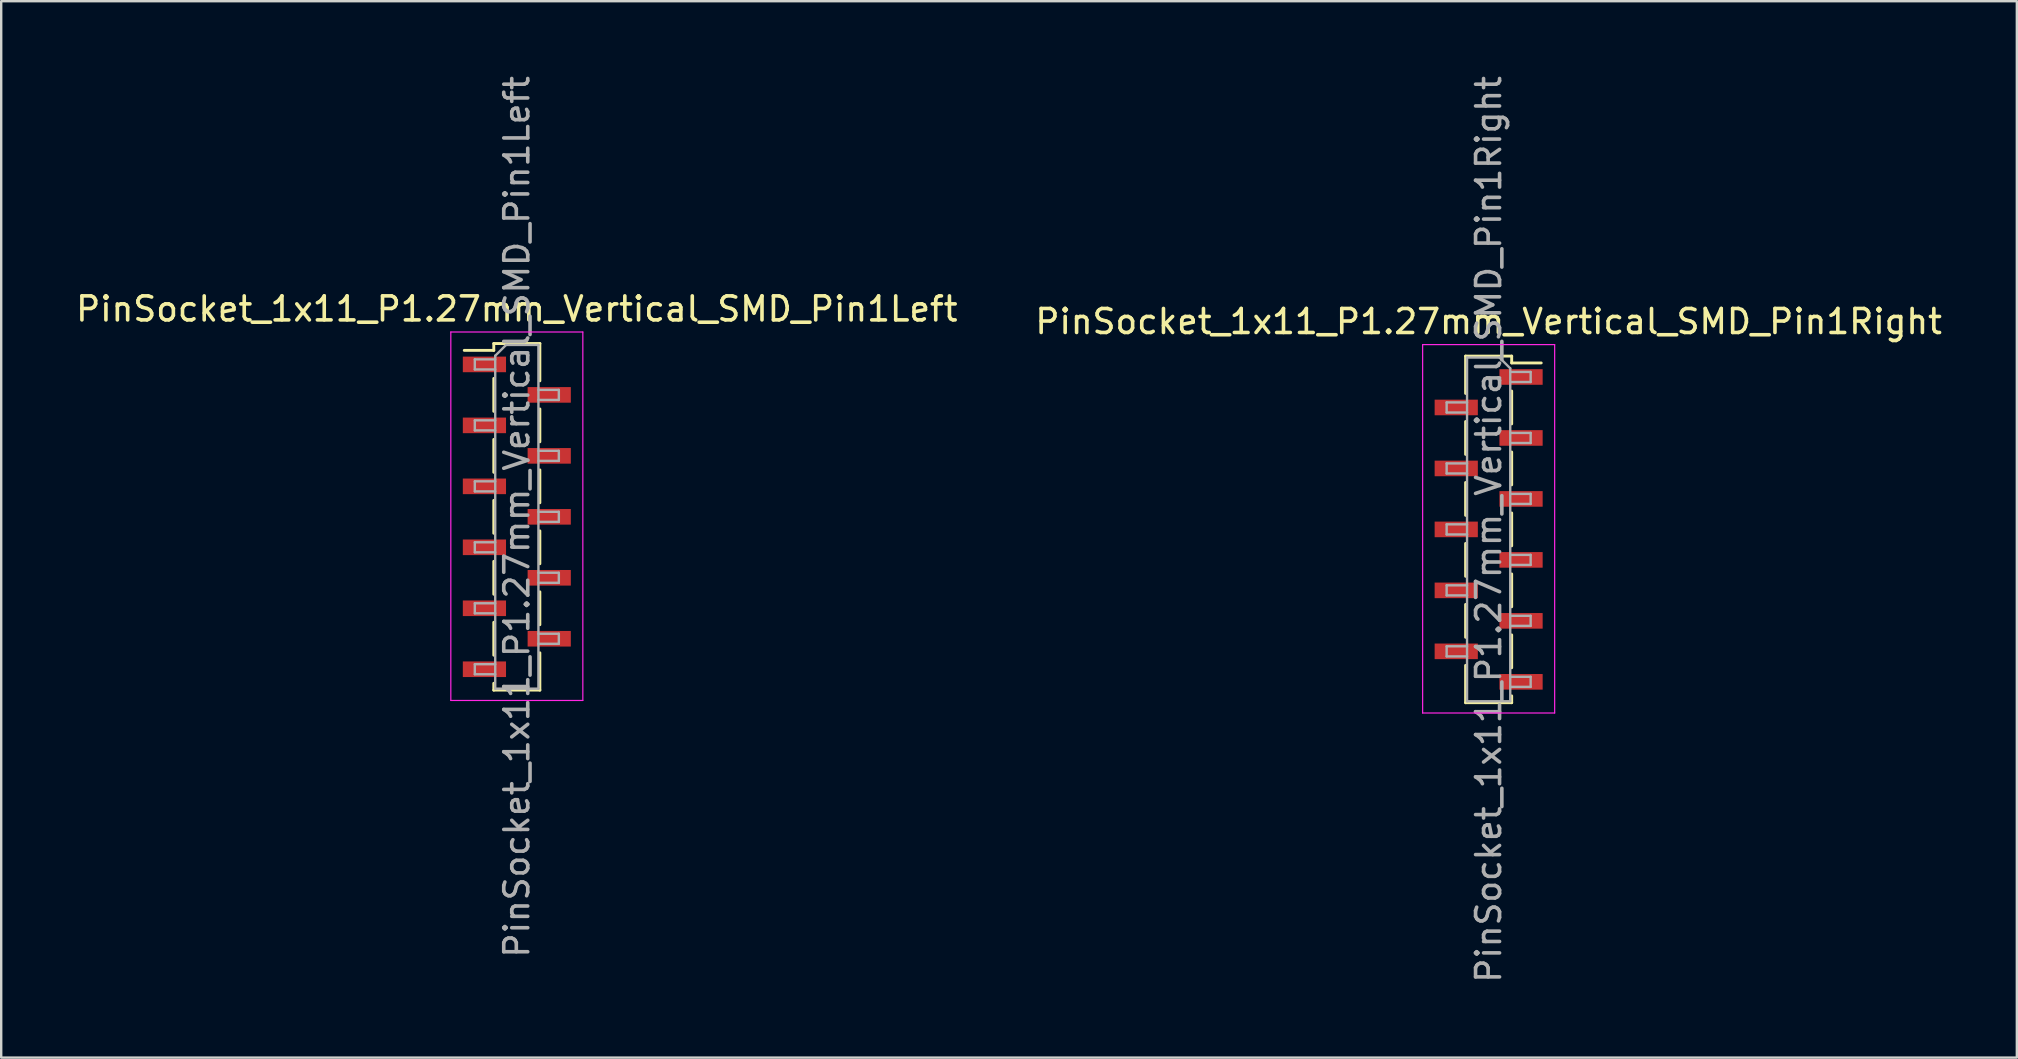
<source format=kicad_pcb>
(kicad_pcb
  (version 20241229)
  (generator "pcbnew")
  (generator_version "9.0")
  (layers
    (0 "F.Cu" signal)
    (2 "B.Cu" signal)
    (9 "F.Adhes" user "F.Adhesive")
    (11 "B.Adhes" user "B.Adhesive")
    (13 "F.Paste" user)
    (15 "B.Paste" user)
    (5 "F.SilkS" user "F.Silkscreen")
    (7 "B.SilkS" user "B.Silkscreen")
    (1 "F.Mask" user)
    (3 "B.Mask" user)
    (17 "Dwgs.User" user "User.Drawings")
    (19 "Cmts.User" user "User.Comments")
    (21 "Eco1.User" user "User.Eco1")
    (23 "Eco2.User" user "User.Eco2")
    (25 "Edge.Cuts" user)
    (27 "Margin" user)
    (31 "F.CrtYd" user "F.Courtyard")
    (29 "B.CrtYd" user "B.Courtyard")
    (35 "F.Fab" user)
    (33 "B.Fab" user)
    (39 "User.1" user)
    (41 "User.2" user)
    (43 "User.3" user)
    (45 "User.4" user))
  (footprint "PinSocket_1x11_P1.27mm_Vertical_SMD_Pin1Left"
    (layer "F.Cu")
    (at 18.482 18.482)
    (property "Reference" "PinSocket_1x11_P1.27mm_Vertical_SMD_Pin1Left" (at 0 -8.66 0) (layer "F.SilkS") (effects (font (size 1 1) (thickness 0.15))))
    (attr smd)
    (fp_line (start -2.19 -6.935) (end -0.96 -6.935) (stroke (width 0.12) (type solid)) (layer "F.SilkS"))
    (fp_line (start -0.96 -7.22) (end -0.96 -6.935) (stroke (width 0.12) (type solid)) (layer "F.SilkS"))
    (fp_line (start -0.96 -7.22) (end 0.96 -7.22) (stroke (width 0.12) (type solid)) (layer "F.SilkS"))
    (fp_line (start -0.96 -5.765) (end -0.96 -4.395) (stroke (width 0.12) (type solid)) (layer "F.SilkS"))
    (fp_line (start -0.96 -3.225) (end -0.96 -1.855) (stroke (width 0.12) (type solid)) (layer "F.SilkS"))
    (fp_line (start -0.96 -0.685) (end -0.96 0.685) (stroke (width 0.12) (type solid)) (layer "F.SilkS"))
    (fp_line (start -0.96 1.855) (end -0.96 3.225) (stroke (width 0.12) (type solid)) (layer "F.SilkS"))
    (fp_line (start -0.96 4.395) (end -0.96 5.765) (stroke (width 0.12) (type solid)) (layer "F.SilkS"))
    (fp_line (start -0.96 6.935) (end -0.96 7.22) (stroke (width 0.12) (type solid)) (layer "F.SilkS"))
    (fp_line (start -0.96 7.22) (end 0.96 7.22) (stroke (width 0.12) (type solid)) (layer "F.SilkS"))
    (fp_line (start 0.96 -7.22) (end 0.96 -5.665) (stroke (width 0.12) (type solid)) (layer "F.SilkS"))
    (fp_line (start 0.96 -4.495) (end 0.96 -3.125) (stroke (width 0.12) (type solid)) (layer "F.SilkS"))
    (fp_line (start 0.96 -1.955) (end 0.96 -0.585) (stroke (width 0.12) (type solid)) (layer "F.SilkS"))
    (fp_line (start 0.96 0.585) (end 0.96 1.955) (stroke (width 0.12) (type solid)) (layer "F.SilkS"))
    (fp_line (start 0.96 3.125) (end 0.96 4.495) (stroke (width 0.12) (type solid)) (layer "F.SilkS"))
    (fp_line (start 0.96 5.665) (end 0.96 7.22) (stroke (width 0.12) (type solid)) (layer "F.SilkS"))
    (fp_line (start -2.75 -7.7) (end 2.75 -7.7) (stroke (width 0.05) (type solid)) (layer "F.CrtYd"))
    (fp_line (start -2.75 7.65) (end -2.75 -7.7) (stroke (width 0.05) (type solid)) (layer "F.CrtYd"))
    (fp_line (start 2.75 -7.7) (end 2.75 7.65) (stroke (width 0.05) (type solid)) (layer "F.CrtYd"))
    (fp_line (start 2.75 7.65) (end -2.75 7.65) (stroke (width 0.05) (type solid)) (layer "F.CrtYd"))
    (fp_line (start -1.75 -6.56) (end -0.9 -6.56) (stroke (width 0.1) (type solid)) (layer "F.Fab"))
    (fp_line (start -1.75 -6.14) (end -1.75 -6.56) (stroke (width 0.1) (type solid)) (layer "F.Fab"))
    (fp_line (start -1.75 -4.02) (end -0.9 -4.02) (stroke (width 0.1) (type solid)) (layer "F.Fab"))
    (fp_line (start -1.75 -3.6) (end -1.75 -4.02) (stroke (width 0.1) (type solid)) (layer "F.Fab"))
    (fp_line (start -1.75 -1.48) (end -0.9 -1.48) (stroke (width 0.1) (type solid)) (layer "F.Fab"))
    (fp_line (start -1.75 -1.06) (end -1.75 -1.48) (stroke (width 0.1) (type solid)) (layer "F.Fab"))
    (fp_line (start -1.75 1.06) (end -0.9 1.06) (stroke (width 0.1) (type solid)) (layer "F.Fab"))
    (fp_line (start -1.75 1.48) (end -1.75 1.06) (stroke (width 0.1) (type solid)) (layer "F.Fab"))
    (fp_line (start -1.75 3.6) (end -0.9 3.6) (stroke (width 0.1) (type solid)) (layer "F.Fab"))
    (fp_line (start -1.75 4.02) (end -1.75 3.6) (stroke (width 0.1) (type solid)) (layer "F.Fab"))
    (fp_line (start -1.75 6.14) (end -0.9 6.14) (stroke (width 0.1) (type solid)) (layer "F.Fab"))
    (fp_line (start -1.75 6.56) (end -1.75 6.14) (stroke (width 0.1) (type solid)) (layer "F.Fab"))
    (fp_line (start -0.9 -6.71) (end -0.45 -7.16) (stroke (width 0.1) (type solid)) (layer "F.Fab"))
    (fp_line (start -0.9 -6.14) (end -1.75 -6.14) (stroke (width 0.1) (type solid)) (layer "F.Fab"))
    (fp_line (start -0.9 -3.6) (end -1.75 -3.6) (stroke (width 0.1) (type solid)) (layer "F.Fab"))
    (fp_line (start -0.9 -1.06) (end -1.75 -1.06) (stroke (width 0.1) (type solid)) (layer "F.Fab"))
    (fp_line (start -0.9 1.48) (end -1.75 1.48) (stroke (width 0.1) (type solid)) (layer "F.Fab"))
    (fp_line (start -0.9 4.02) (end -1.75 4.02) (stroke (width 0.1) (type solid)) (layer "F.Fab"))
    (fp_line (start -0.9 6.56) (end -1.75 6.56) (stroke (width 0.1) (type solid)) (layer "F.Fab"))
    (fp_line (start -0.9 7.16) (end -0.9 -6.71) (stroke (width 0.1) (type solid)) (layer "F.Fab"))
    (fp_line (start -0.45 -7.16) (end 0.9 -7.16) (stroke (width 0.1) (type solid)) (layer "F.Fab"))
    (fp_line (start 0.9 -7.16) (end 0.9 7.16) (stroke (width 0.1) (type solid)) (layer "F.Fab"))
    (fp_line (start 0.9 -5.29) (end 1.75 -5.29) (stroke (width 0.1) (type solid)) (layer "F.Fab"))
    (fp_line (start 0.9 -2.75) (end 1.75 -2.75) (stroke (width 0.1) (type solid)) (layer "F.Fab"))
    (fp_line (start 0.9 -0.21) (end 1.75 -0.21) (stroke (width 0.1) (type solid)) (layer "F.Fab"))
    (fp_line (start 0.9 2.33) (end 1.75 2.33) (stroke (width 0.1) (type solid)) (layer "F.Fab"))
    (fp_line (start 0.9 4.87) (end 1.75 4.87) (stroke (width 0.1) (type solid)) (layer "F.Fab"))
    (fp_line (start 0.9 7.16) (end -0.9 7.16) (stroke (width 0.1) (type solid)) (layer "F.Fab"))
    (fp_line (start 1.75 -5.29) (end 1.75 -4.87) (stroke (width 0.1) (type solid)) (layer "F.Fab"))
    (fp_line (start 1.75 -4.87) (end 0.9 -4.87) (stroke (width 0.1) (type solid)) (layer "F.Fab"))
    (fp_line (start 1.75 -2.75) (end 1.75 -2.33) (stroke (width 0.1) (type solid)) (layer "F.Fab"))
    (fp_line (start 1.75 -2.33) (end 0.9 -2.33) (stroke (width 0.1) (type solid)) (layer "F.Fab"))
    (fp_line (start 1.75 -0.21) (end 1.75 0.21) (stroke (width 0.1) (type solid)) (layer "F.Fab"))
    (fp_line (start 1.75 0.21) (end 0.9 0.21) (stroke (width 0.1) (type solid)) (layer "F.Fab"))
    (fp_line (start 1.75 2.33) (end 1.75 2.75) (stroke (width 0.1) (type solid)) (layer "F.Fab"))
    (fp_line (start 1.75 2.75) (end 0.9 2.75) (stroke (width 0.1) (type solid)) (layer "F.Fab"))
    (fp_line (start 1.75 4.87) (end 1.75 5.29) (stroke (width 0.1) (type solid)) (layer "F.Fab"))
    (fp_line (start 1.75 5.29) (end 0.9 5.29) (stroke (width 0.1) (type solid)) (layer "F.Fab"))
    (fp_text user "${REFERENCE}" (at 0 0 90) (layer "F.Fab") (effects (font (size 1 1) (thickness 0.15))))
    (pad "1" smd rect (at -1.35 -6.35) (size 1.8 0.65) (layers "F.Cu" "F.Mask" "F.Paste"))
    (pad "2" smd rect (at 1.35 -5.08) (size 1.8 0.65) (layers "F.Cu" "F.Mask" "F.Paste"))
    (pad "3" smd rect (at -1.35 -3.81) (size 1.8 0.65) (layers "F.Cu" "F.Mask" "F.Paste"))
    (pad "4" smd rect (at 1.35 -2.54) (size 1.8 0.65) (layers "F.Cu" "F.Mask" "F.Paste"))
    (pad "5" smd rect (at -1.35 -1.27) (size 1.8 0.65) (layers "F.Cu" "F.Mask" "F.Paste"))
    (pad "6" smd rect (at 1.35 0) (size 1.8 0.65) (layers "F.Cu" "F.Mask" "F.Paste"))
    (pad "7" smd rect (at -1.35 1.27) (size 1.8 0.65) (layers "F.Cu" "F.Mask" "F.Paste"))
    (pad "8" smd rect (at 1.35 2.54) (size 1.8 0.65) (layers "F.Cu" "F.Mask" "F.Paste"))
    (pad "9" smd rect (at -1.35 3.81) (size 1.8 0.65) (layers "F.Cu" "F.Mask" "F.Paste"))
    (pad "10" smd rect (at 1.35 5.08) (size 1.8 0.65) (layers "F.Cu" "F.Mask" "F.Paste"))
    (pad "11" smd rect (at -1.35 6.35) (size 1.8 0.65) (layers "F.Cu" "F.Mask" "F.Paste")))
  (footprint "PinSocket_1x11_P1.27mm_Vertical_SMD_Pin1Right"
    (layer "F.Cu")
    (at 58.97 19.006)
    (property "Reference" "PinSocket_1x11_P1.27mm_Vertical_SMD_Pin1Right" (at 0 -8.66 0) (layer "F.SilkS") (effects (font (size 1 1) (thickness 0.15))))
    (attr smd)
    (fp_line (start -0.96 -7.22) (end -0.96 -5.665) (stroke (width 0.12) (type solid)) (layer "F.SilkS"))
    (fp_line (start -0.96 -7.22) (end 0.96 -7.22) (stroke (width 0.12) (type solid)) (layer "F.SilkS"))
    (fp_line (start -0.96 -4.495) (end -0.96 -3.125) (stroke (width 0.12) (type solid)) (layer "F.SilkS"))
    (fp_line (start -0.96 -1.955) (end -0.96 -0.585) (stroke (width 0.12) (type solid)) (layer "F.SilkS"))
    (fp_line (start -0.96 0.585) (end -0.96 1.955) (stroke (width 0.12) (type solid)) (layer "F.SilkS"))
    (fp_line (start -0.96 3.125) (end -0.96 4.495) (stroke (width 0.12) (type solid)) (layer "F.SilkS"))
    (fp_line (start -0.96 5.665) (end -0.96 7.22) (stroke (width 0.12) (type solid)) (layer "F.SilkS"))
    (fp_line (start -0.96 7.22) (end 0.96 7.22) (stroke (width 0.12) (type solid)) (layer "F.SilkS"))
    (fp_line (start 0.96 -7.22) (end 0.96 -6.935) (stroke (width 0.12) (type solid)) (layer "F.SilkS"))
    (fp_line (start 0.96 -6.935) (end 2.19 -6.935) (stroke (width 0.12) (type solid)) (layer "F.SilkS"))
    (fp_line (start 0.96 -5.765) (end 0.96 -4.395) (stroke (width 0.12) (type solid)) (layer "F.SilkS"))
    (fp_line (start 0.96 -3.225) (end 0.96 -1.855) (stroke (width 0.12) (type solid)) (layer "F.SilkS"))
    (fp_line (start 0.96 -0.685) (end 0.96 0.685) (stroke (width 0.12) (type solid)) (layer "F.SilkS"))
    (fp_line (start 0.96 1.855) (end 0.96 3.225) (stroke (width 0.12) (type solid)) (layer "F.SilkS"))
    (fp_line (start 0.96 4.395) (end 0.96 5.765) (stroke (width 0.12) (type solid)) (layer "F.SilkS"))
    (fp_line (start 0.96 6.935) (end 0.96 7.22) (stroke (width 0.12) (type solid)) (layer "F.SilkS"))
    (fp_line (start -2.75 -7.7) (end 2.75 -7.7) (stroke (width 0.05) (type solid)) (layer "F.CrtYd"))
    (fp_line (start -2.75 7.65) (end -2.75 -7.7) (stroke (width 0.05) (type solid)) (layer "F.CrtYd"))
    (fp_line (start 2.75 -7.7) (end 2.75 7.65) (stroke (width 0.05) (type solid)) (layer "F.CrtYd"))
    (fp_line (start 2.75 7.65) (end -2.75 7.65) (stroke (width 0.05) (type solid)) (layer "F.CrtYd"))
    (fp_line (start -1.75 -5.29) (end -0.9 -5.29) (stroke (width 0.1) (type solid)) (layer "F.Fab"))
    (fp_line (start -1.75 -4.87) (end -1.75 -5.29) (stroke (width 0.1) (type solid)) (layer "F.Fab"))
    (fp_line (start -1.75 -2.75) (end -0.9 -2.75) (stroke (width 0.1) (type solid)) (layer "F.Fab"))
    (fp_line (start -1.75 -2.33) (end -1.75 -2.75) (stroke (width 0.1) (type solid)) (layer "F.Fab"))
    (fp_line (start -1.75 -0.21) (end -0.9 -0.21) (stroke (width 0.1) (type solid)) (layer "F.Fab"))
    (fp_line (start -1.75 0.21) (end -1.75 -0.21) (stroke (width 0.1) (type solid)) (layer "F.Fab"))
    (fp_line (start -1.75 2.33) (end -0.9 2.33) (stroke (width 0.1) (type solid)) (layer "F.Fab"))
    (fp_line (start -1.75 2.75) (end -1.75 2.33) (stroke (width 0.1) (type solid)) (layer "F.Fab"))
    (fp_line (start -1.75 4.87) (end -0.9 4.87) (stroke (width 0.1) (type solid)) (layer "F.Fab"))
    (fp_line (start -1.75 5.29) (end -1.75 4.87) (stroke (width 0.1) (type solid)) (layer "F.Fab"))
    (fp_line (start -0.9 -7.16) (end 0.45 -7.16) (stroke (width 0.1) (type solid)) (layer "F.Fab"))
    (fp_line (start -0.9 -4.87) (end -1.75 -4.87) (stroke (width 0.1) (type solid)) (layer "F.Fab"))
    (fp_line (start -0.9 -2.33) (end -1.75 -2.33) (stroke (width 0.1) (type solid)) (layer "F.Fab"))
    (fp_line (start -0.9 0.21) (end -1.75 0.21) (stroke (width 0.1) (type solid)) (layer "F.Fab"))
    (fp_line (start -0.9 2.75) (end -1.75 2.75) (stroke (width 0.1) (type solid)) (layer "F.Fab"))
    (fp_line (start -0.9 5.29) (end -1.75 5.29) (stroke (width 0.1) (type solid)) (layer "F.Fab"))
    (fp_line (start -0.9 7.16) (end -0.9 -7.16) (stroke (width 0.1) (type solid)) (layer "F.Fab"))
    (fp_line (start 0.45 -7.16) (end 0.9 -6.71) (stroke (width 0.1) (type solid)) (layer "F.Fab"))
    (fp_line (start 0.9 -6.71) (end 0.9 7.16) (stroke (width 0.1) (type solid)) (layer "F.Fab"))
    (fp_line (start 0.9 -6.56) (end 1.75 -6.56) (stroke (width 0.1) (type solid)) (layer "F.Fab"))
    (fp_line (start 0.9 -4.02) (end 1.75 -4.02) (stroke (width 0.1) (type solid)) (layer "F.Fab"))
    (fp_line (start 0.9 -1.48) (end 1.75 -1.48) (stroke (width 0.1) (type solid)) (layer "F.Fab"))
    (fp_line (start 0.9 1.06) (end 1.75 1.06) (stroke (width 0.1) (type solid)) (layer "F.Fab"))
    (fp_line (start 0.9 3.6) (end 1.75 3.6) (stroke (width 0.1) (type solid)) (layer "F.Fab"))
    (fp_line (start 0.9 6.14) (end 1.75 6.14) (stroke (width 0.1) (type solid)) (layer "F.Fab"))
    (fp_line (start 0.9 7.16) (end -0.9 7.16) (stroke (width 0.1) (type solid)) (layer "F.Fab"))
    (fp_line (start 1.75 -6.56) (end 1.75 -6.14) (stroke (width 0.1) (type solid)) (layer "F.Fab"))
    (fp_line (start 1.75 -6.14) (end 0.9 -6.14) (stroke (width 0.1) (type solid)) (layer "F.Fab"))
    (fp_line (start 1.75 -4.02) (end 1.75 -3.6) (stroke (width 0.1) (type solid)) (layer "F.Fab"))
    (fp_line (start 1.75 -3.6) (end 0.9 -3.6) (stroke (width 0.1) (type solid)) (layer "F.Fab"))
    (fp_line (start 1.75 -1.48) (end 1.75 -1.06) (stroke (width 0.1) (type solid)) (layer "F.Fab"))
    (fp_line (start 1.75 -1.06) (end 0.9 -1.06) (stroke (width 0.1) (type solid)) (layer "F.Fab"))
    (fp_line (start 1.75 1.06) (end 1.75 1.48) (stroke (width 0.1) (type solid)) (layer "F.Fab"))
    (fp_line (start 1.75 1.48) (end 0.9 1.48) (stroke (width 0.1) (type solid)) (layer "F.Fab"))
    (fp_line (start 1.75 3.6) (end 1.75 4.02) (stroke (width 0.1) (type solid)) (layer "F.Fab"))
    (fp_line (start 1.75 4.02) (end 0.9 4.02) (stroke (width 0.1) (type solid)) (layer "F.Fab"))
    (fp_line (start 1.75 6.14) (end 1.75 6.56) (stroke (width 0.1) (type solid)) (layer "F.Fab"))
    (fp_line (start 1.75 6.56) (end 0.9 6.56) (stroke (width 0.1) (type solid)) (layer "F.Fab"))
    (fp_text user "${REFERENCE}" (at 0 0 90) (layer "F.Fab") (effects (font (size 1 1) (thickness 0.15))))
    (pad "1" smd rect (at 1.35 -6.35) (size 1.8 0.65) (layers "F.Cu" "F.Mask" "F.Paste"))
    (pad "2" smd rect (at -1.35 -5.08) (size 1.8 0.65) (layers "F.Cu" "F.Mask" "F.Paste"))
    (pad "3" smd rect (at 1.35 -3.81) (size 1.8 0.65) (layers "F.Cu" "F.Mask" "F.Paste"))
    (pad "4" smd rect (at -1.35 -2.54) (size 1.8 0.65) (layers "F.Cu" "F.Mask" "F.Paste"))
    (pad "5" smd rect (at 1.35 -1.27) (size 1.8 0.65) (layers "F.Cu" "F.Mask" "F.Paste"))
    (pad "6" smd rect (at -1.35 0) (size 1.8 0.65) (layers "F.Cu" "F.Mask" "F.Paste"))
    (pad "7" smd rect (at 1.35 1.27) (size 1.8 0.65) (layers "F.Cu" "F.Mask" "F.Paste"))
    (pad "8" smd rect (at -1.35 2.54) (size 1.8 0.65) (layers "F.Cu" "F.Mask" "F.Paste"))
    (pad "9" smd rect (at 1.35 3.81) (size 1.8 0.65) (layers "F.Cu" "F.Mask" "F.Paste"))
    (pad "10" smd rect (at -1.35 5.08) (size 1.8 0.65) (layers "F.Cu" "F.Mask" "F.Paste"))
    (pad "11" smd rect (at 1.35 6.35) (size 1.8 0.65) (layers "F.Cu" "F.Mask" "F.Paste")))
  (gr_rect
    (start -3 -3)
    (end 80.976 41.012)
    (stroke (width 0.1) (type default))
    (fill no)
    (layer "Edge.Cuts")))
</source>
